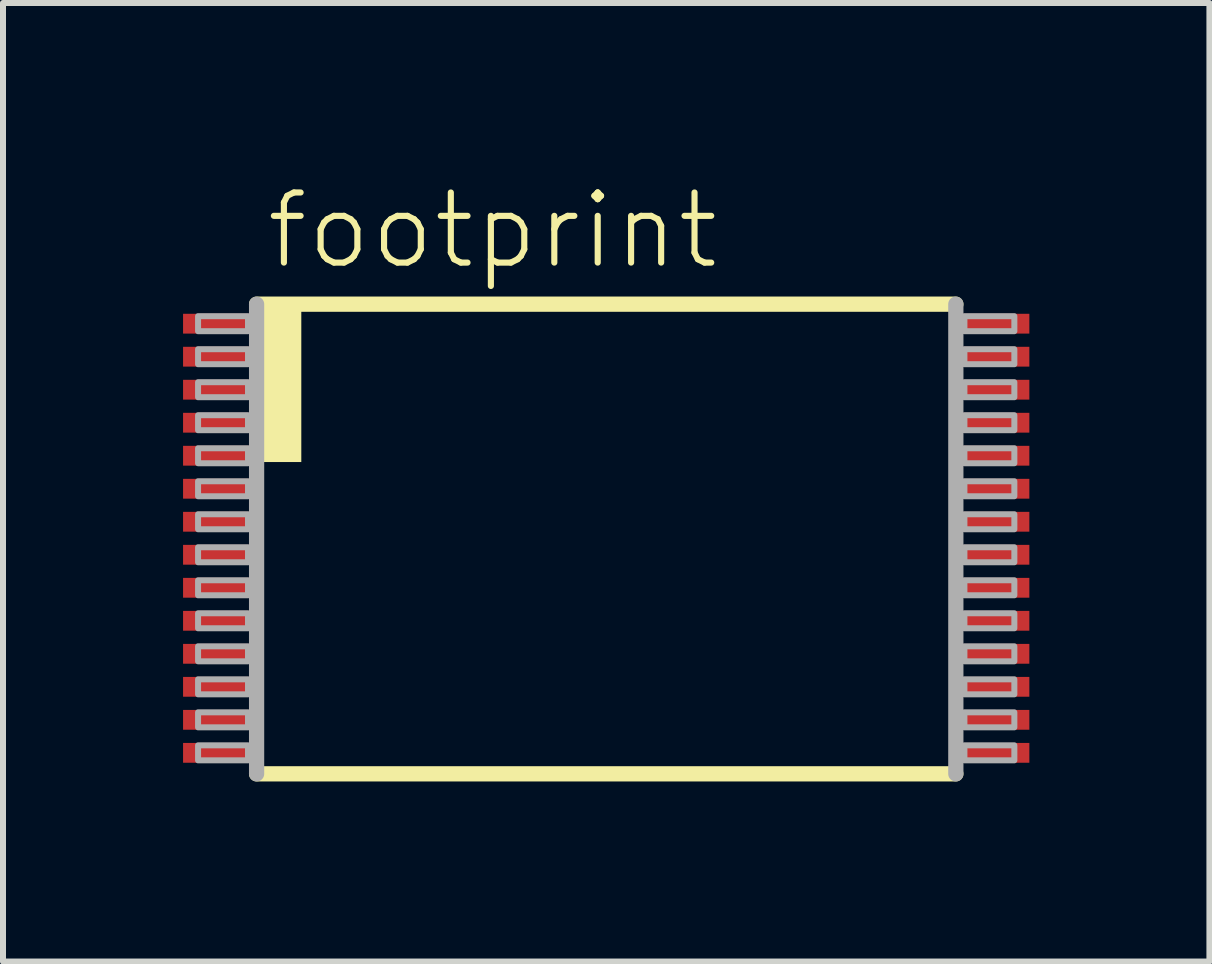
<source format=kicad_pcb>
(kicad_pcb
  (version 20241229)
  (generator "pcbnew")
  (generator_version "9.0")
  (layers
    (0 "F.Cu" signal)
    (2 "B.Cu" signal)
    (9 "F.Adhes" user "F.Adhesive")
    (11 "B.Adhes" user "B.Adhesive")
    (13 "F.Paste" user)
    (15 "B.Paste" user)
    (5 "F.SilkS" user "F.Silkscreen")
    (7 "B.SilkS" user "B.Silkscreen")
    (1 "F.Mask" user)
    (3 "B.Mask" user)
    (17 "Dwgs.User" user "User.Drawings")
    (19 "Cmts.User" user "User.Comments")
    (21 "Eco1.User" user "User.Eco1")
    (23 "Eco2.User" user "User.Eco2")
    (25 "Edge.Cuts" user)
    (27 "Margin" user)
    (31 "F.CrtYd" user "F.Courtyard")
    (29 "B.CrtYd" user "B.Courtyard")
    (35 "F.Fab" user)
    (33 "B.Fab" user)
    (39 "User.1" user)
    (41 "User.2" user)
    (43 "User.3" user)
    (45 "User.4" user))
  (footprint "footprint"
    (layer "F.Cu")
    (at 7.05 5.918)
    (property "Reference" "footprint" (at -5.715 -4.445 0) (layer "F.SilkS") (effects (font (size 1.168 1.168) (thickness 0.102)) (justify left bottom)))
    (fp_line (start -5.825 -3.9) (end 5.825 -3.9) (stroke (width 0.254) (type solid)) (layer "F.SilkS"))
    (fp_line (start 5.825 3.925) (end -5.825 3.925) (stroke (width 0.254) (type solid)) (layer "F.SilkS"))
    (fp_poly (pts (xy -5.715 -1.27) (xy -5.08 -1.27) (xy -5.08 -3.81) (xy -5.715 -3.81)) (stroke (width 0) (type solid)) (fill yes) (layer "F.SilkS"))
    (fp_line (start -5.825 3.925) (end -5.825 -3.9) (stroke (width 0.254) (type solid)) (layer "F.Fab"))
    (fp_line (start 5.825 -3.9) (end 5.825 3.925) (stroke (width 0.254) (type solid)) (layer "F.Fab"))
    (fp_poly (pts (xy -6.8 -3.45) (xy -5.968 -3.45) (xy -5.968 -3.7) (xy -6.8 -3.7)) (stroke (width 0.1) (type solid)) (fill no) (layer "F.Fab"))
    (fp_poly (pts (xy -6.8 -2.9) (xy -5.968 -2.9) (xy -5.968 -3.15) (xy -6.8 -3.15)) (stroke (width 0.1) (type solid)) (fill no) (layer "F.Fab"))
    (fp_poly (pts (xy -6.8 -2.35) (xy -5.968 -2.35) (xy -5.968 -2.6) (xy -6.8 -2.6)) (stroke (width 0.1) (type solid)) (fill no) (layer "F.Fab"))
    (fp_poly (pts (xy -6.8 -1.8) (xy -5.968 -1.8) (xy -5.968 -2.05) (xy -6.8 -2.05)) (stroke (width 0.1) (type solid)) (fill no) (layer "F.Fab"))
    (fp_poly (pts (xy -6.8 -1.25) (xy -5.968 -1.25) (xy -5.968 -1.5) (xy -6.8 -1.5)) (stroke (width 0.1) (type solid)) (fill no) (layer "F.Fab"))
    (fp_poly (pts (xy -6.8 -0.7) (xy -5.968 -0.7) (xy -5.968 -0.95) (xy -6.8 -0.95)) (stroke (width 0.1) (type solid)) (fill no) (layer "F.Fab"))
    (fp_poly (pts (xy -6.8 -0.15) (xy -5.968 -0.15) (xy -5.968 -0.4) (xy -6.8 -0.4)) (stroke (width 0.1) (type solid)) (fill no) (layer "F.Fab"))
    (fp_poly (pts (xy -6.8 0.4) (xy -5.968 0.4) (xy -5.968 0.15) (xy -6.8 0.15)) (stroke (width 0.1) (type solid)) (fill no) (layer "F.Fab"))
    (fp_poly (pts (xy -6.8 0.95) (xy -5.968 0.95) (xy -5.968 0.7) (xy -6.8 0.7)) (stroke (width 0.1) (type solid)) (fill no) (layer "F.Fab"))
    (fp_poly (pts (xy -6.8 1.5) (xy -5.968 1.5) (xy -5.968 1.25) (xy -6.8 1.25)) (stroke (width 0.1) (type solid)) (fill no) (layer "F.Fab"))
    (fp_poly (pts (xy -6.8 2.05) (xy -5.968 2.05) (xy -5.968 1.8) (xy -6.8 1.8)) (stroke (width 0.1) (type solid)) (fill no) (layer "F.Fab"))
    (fp_poly (pts (xy -6.8 2.6) (xy -5.968 2.6) (xy -5.968 2.35) (xy -6.8 2.35)) (stroke (width 0.1) (type solid)) (fill no) (layer "F.Fab"))
    (fp_poly (pts (xy -6.8 3.15) (xy -5.968 3.15) (xy -5.968 2.9) (xy -6.8 2.9)) (stroke (width 0.1) (type solid)) (fill no) (layer "F.Fab"))
    (fp_poly (pts (xy -6.8 3.7) (xy -5.968 3.7) (xy -5.968 3.45) (xy -6.8 3.45)) (stroke (width 0.1) (type solid)) (fill no) (layer "F.Fab"))
    (fp_poly (pts (xy 6.8 -3.7) (xy 5.968 -3.7) (xy 5.968 -3.45) (xy 6.8 -3.45)) (stroke (width 0.1) (type solid)) (fill no) (layer "F.Fab"))
    (fp_poly (pts (xy 6.8 -3.15) (xy 5.968 -3.15) (xy 5.968 -2.9) (xy 6.8 -2.9)) (stroke (width 0.1) (type solid)) (fill no) (layer "F.Fab"))
    (fp_poly (pts (xy 6.8 -2.6) (xy 5.968 -2.6) (xy 5.968 -2.35) (xy 6.8 -2.35)) (stroke (width 0.1) (type solid)) (fill no) (layer "F.Fab"))
    (fp_poly (pts (xy 6.8 -2.05) (xy 5.968 -2.05) (xy 5.968 -1.8) (xy 6.8 -1.8)) (stroke (width 0.1) (type solid)) (fill no) (layer "F.Fab"))
    (fp_poly (pts (xy 6.8 -1.5) (xy 5.968 -1.5) (xy 5.968 -1.25) (xy 6.8 -1.25)) (stroke (width 0.1) (type solid)) (fill no) (layer "F.Fab"))
    (fp_poly (pts (xy 6.8 -0.95) (xy 5.968 -0.95) (xy 5.968 -0.7) (xy 6.8 -0.7)) (stroke (width 0.1) (type solid)) (fill no) (layer "F.Fab"))
    (fp_poly (pts (xy 6.8 -0.4) (xy 5.968 -0.4) (xy 5.968 -0.15) (xy 6.8 -0.15)) (stroke (width 0.1) (type solid)) (fill no) (layer "F.Fab"))
    (fp_poly (pts (xy 6.8 0.15) (xy 5.968 0.15) (xy 5.968 0.4) (xy 6.8 0.4)) (stroke (width 0.1) (type solid)) (fill no) (layer "F.Fab"))
    (fp_poly (pts (xy 6.8 0.7) (xy 5.968 0.7) (xy 5.968 0.95) (xy 6.8 0.95)) (stroke (width 0.1) (type solid)) (fill no) (layer "F.Fab"))
    (fp_poly (pts (xy 6.8 1.25) (xy 5.968 1.25) (xy 5.968 1.5) (xy 6.8 1.5)) (stroke (width 0.1) (type solid)) (fill no) (layer "F.Fab"))
    (fp_poly (pts (xy 6.8 1.8) (xy 5.968 1.8) (xy 5.968 2.05) (xy 6.8 2.05)) (stroke (width 0.1) (type solid)) (fill no) (layer "F.Fab"))
    (fp_poly (pts (xy 6.8 2.35) (xy 5.968 2.35) (xy 5.968 2.6) (xy 6.8 2.6)) (stroke (width 0.1) (type solid)) (fill no) (layer "F.Fab"))
    (fp_poly (pts (xy 6.8 2.9) (xy 5.968 2.9) (xy 5.968 3.15) (xy 6.8 3.15)) (stroke (width 0.1) (type solid)) (fill no) (layer "F.Fab"))
    (fp_poly (pts (xy 6.8 3.45) (xy 5.968 3.45) (xy 5.968 3.7) (xy 6.8 3.7)) (stroke (width 0.1) (type solid)) (fill no) (layer "F.Fab"))
    (pad "1" smd rect (at -6.45 -3.575) (size 1.2 0.33) (layers "F.Cu" "F.Mask" "F.Paste"))
    (pad "2" smd rect (at -6.45 -3.025) (size 1.2 0.33) (layers "F.Cu" "F.Mask" "F.Paste"))
    (pad "3" smd rect (at -6.45 -2.475) (size 1.2 0.33) (layers "F.Cu" "F.Mask" "F.Paste"))
    (pad "4" smd rect (at -6.45 -1.925) (size 1.2 0.33) (layers "F.Cu" "F.Mask" "F.Paste"))
    (pad "5" smd rect (at -6.45 -1.375) (size 1.2 0.33) (layers "F.Cu" "F.Mask" "F.Paste"))
    (pad "6" smd rect (at -6.45 -0.825) (size 1.2 0.33) (layers "F.Cu" "F.Mask" "F.Paste"))
    (pad "7" smd rect (at -6.45 -0.275) (size 1.2 0.33) (layers "F.Cu" "F.Mask" "F.Paste"))
    (pad "8" smd rect (at -6.45 0.275) (size 1.2 0.33) (layers "F.Cu" "F.Mask" "F.Paste"))
    (pad "9" smd rect (at -6.45 0.825) (size 1.2 0.33) (layers "F.Cu" "F.Mask" "F.Paste"))
    (pad "10" smd rect (at -6.45 1.375) (size 1.2 0.33) (layers "F.Cu" "F.Mask" "F.Paste"))
    (pad "11" smd rect (at -6.45 1.925) (size 1.2 0.33) (layers "F.Cu" "F.Mask" "F.Paste"))
    (pad "12" smd rect (at -6.45 2.475) (size 1.2 0.33) (layers "F.Cu" "F.Mask" "F.Paste"))
    (pad "13" smd rect (at -6.45 3.025) (size 1.2 0.33) (layers "F.Cu" "F.Mask" "F.Paste"))
    (pad "14" smd rect (at -6.45 3.575) (size 1.2 0.33) (layers "F.Cu" "F.Mask" "F.Paste"))
    (pad "15" smd rect (at 6.45 3.575 180) (size 1.2 0.33) (layers "F.Cu" "F.Mask" "F.Paste"))
    (pad "16" smd rect (at 6.45 3.025 180) (size 1.2 0.33) (layers "F.Cu" "F.Mask" "F.Paste"))
    (pad "17" smd rect (at 6.45 2.475 180) (size 1.2 0.33) (layers "F.Cu" "F.Mask" "F.Paste"))
    (pad "18" smd rect (at 6.45 1.925 180) (size 1.2 0.33) (layers "F.Cu" "F.Mask" "F.Paste"))
    (pad "19" smd rect (at 6.45 1.375 180) (size 1.2 0.33) (layers "F.Cu" "F.Mask" "F.Paste"))
    (pad "20" smd rect (at 6.45 0.825 180) (size 1.2 0.33) (layers "F.Cu" "F.Mask" "F.Paste"))
    (pad "21" smd rect (at 6.45 0.275 180) (size 1.2 0.33) (layers "F.Cu" "F.Mask" "F.Paste"))
    (pad "22" smd rect (at 6.45 -0.275 180) (size 1.2 0.33) (layers "F.Cu" "F.Mask" "F.Paste"))
    (pad "23" smd rect (at 6.45 -0.825 180) (size 1.2 0.33) (layers "F.Cu" "F.Mask" "F.Paste"))
    (pad "24" smd rect (at 6.45 -1.375 180) (size 1.2 0.33) (layers "F.Cu" "F.Mask" "F.Paste"))
    (pad "25" smd rect (at 6.45 -1.925 180) (size 1.2 0.33) (layers "F.Cu" "F.Mask" "F.Paste"))
    (pad "26" smd rect (at 6.45 -2.475 180) (size 1.2 0.33) (layers "F.Cu" "F.Mask" "F.Paste"))
    (pad "27" smd rect (at 6.45 -3.025 180) (size 1.2 0.33) (layers "F.Cu" "F.Mask" "F.Paste"))
    (pad "28" smd rect (at 6.45 -3.575 180) (size 1.2 0.33) (layers "F.Cu" "F.Mask" "F.Paste")))
  (gr_rect
    (start -3 -3)
    (end 17.1 12.97)
    (stroke (width 0.1) (type default))
    (fill no)
    (layer "Edge.Cuts")))
</source>
